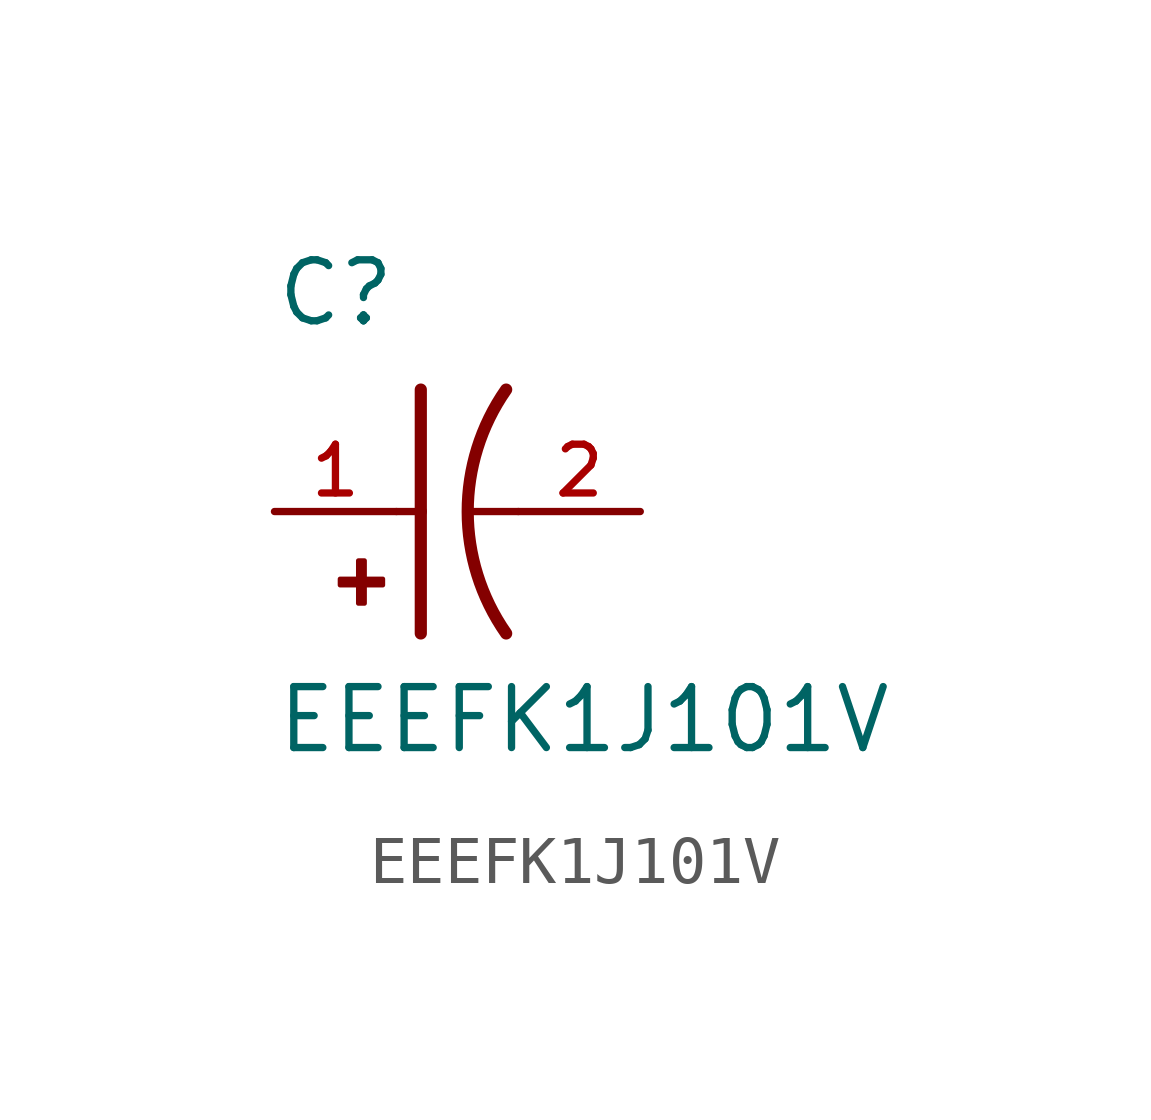
<source format=kicad_sym>
(kicad_symbol_lib
  (version 20211014)
  (generator kicad_symbol_editor)
  (symbol "EEEFK1J101V"
    (pin_names
      (offset 1.016))
    (property "Reference" "C"
      (at -2.54 3.81 0)
      (effects (font (size 1.27 1.27)) (justify bottom left)))
    (property "Value" "EEEFK1J101V"
      (at -2.54 -5.08 0)
      (effects (font (size 1.27 1.27)) (justify bottom left)))
    (symbol "EEEFK1J101V_0_0"
      (arc (start 2.286 -2.54) (mid 1.4851 -0.0) (end 2.286 2.54) (stroke (width 0.254) (type default) (color 0 0 0 0)) (fill (type none)))
      (polyline (pts (xy 0.508 2.54) (xy 0.508 0.0)) (stroke (width 0.254)))
      (rectangle (start -1.173 -1.532) (end -0.284 -1.405) (stroke (width 0.1)) (fill (type outline)))
      (rectangle (start -0.792 -1.913) (end -0.665 -1.024) (stroke (width 0.1)) (fill (type outline)))
      (polyline (pts (xy 0.508 0.0) (xy 0.508 -2.54)) (stroke (width 0.254)))
      (polyline (pts (xy 0.0 0.0) (xy 0.508 0.0)) (stroke (width 0.152)))
      (polyline (pts (xy 2.54 0.0) (xy 1.524 0.0)) (stroke (width 0.152)))
      (pin passive line (at -2.54 0.0 0) (length 2.54) (name "~" (effects (font (size 1.016 1.016)))) (number "1" (effects (font (size 1.016 1.016)))))
      (pin passive line (at 5.08 0.0 180.0) (length 2.54) (name "~" (effects (font (size 1.016 1.016)))) (number "2" (effects (font (size 1.016 1.016))))))))
</source>
